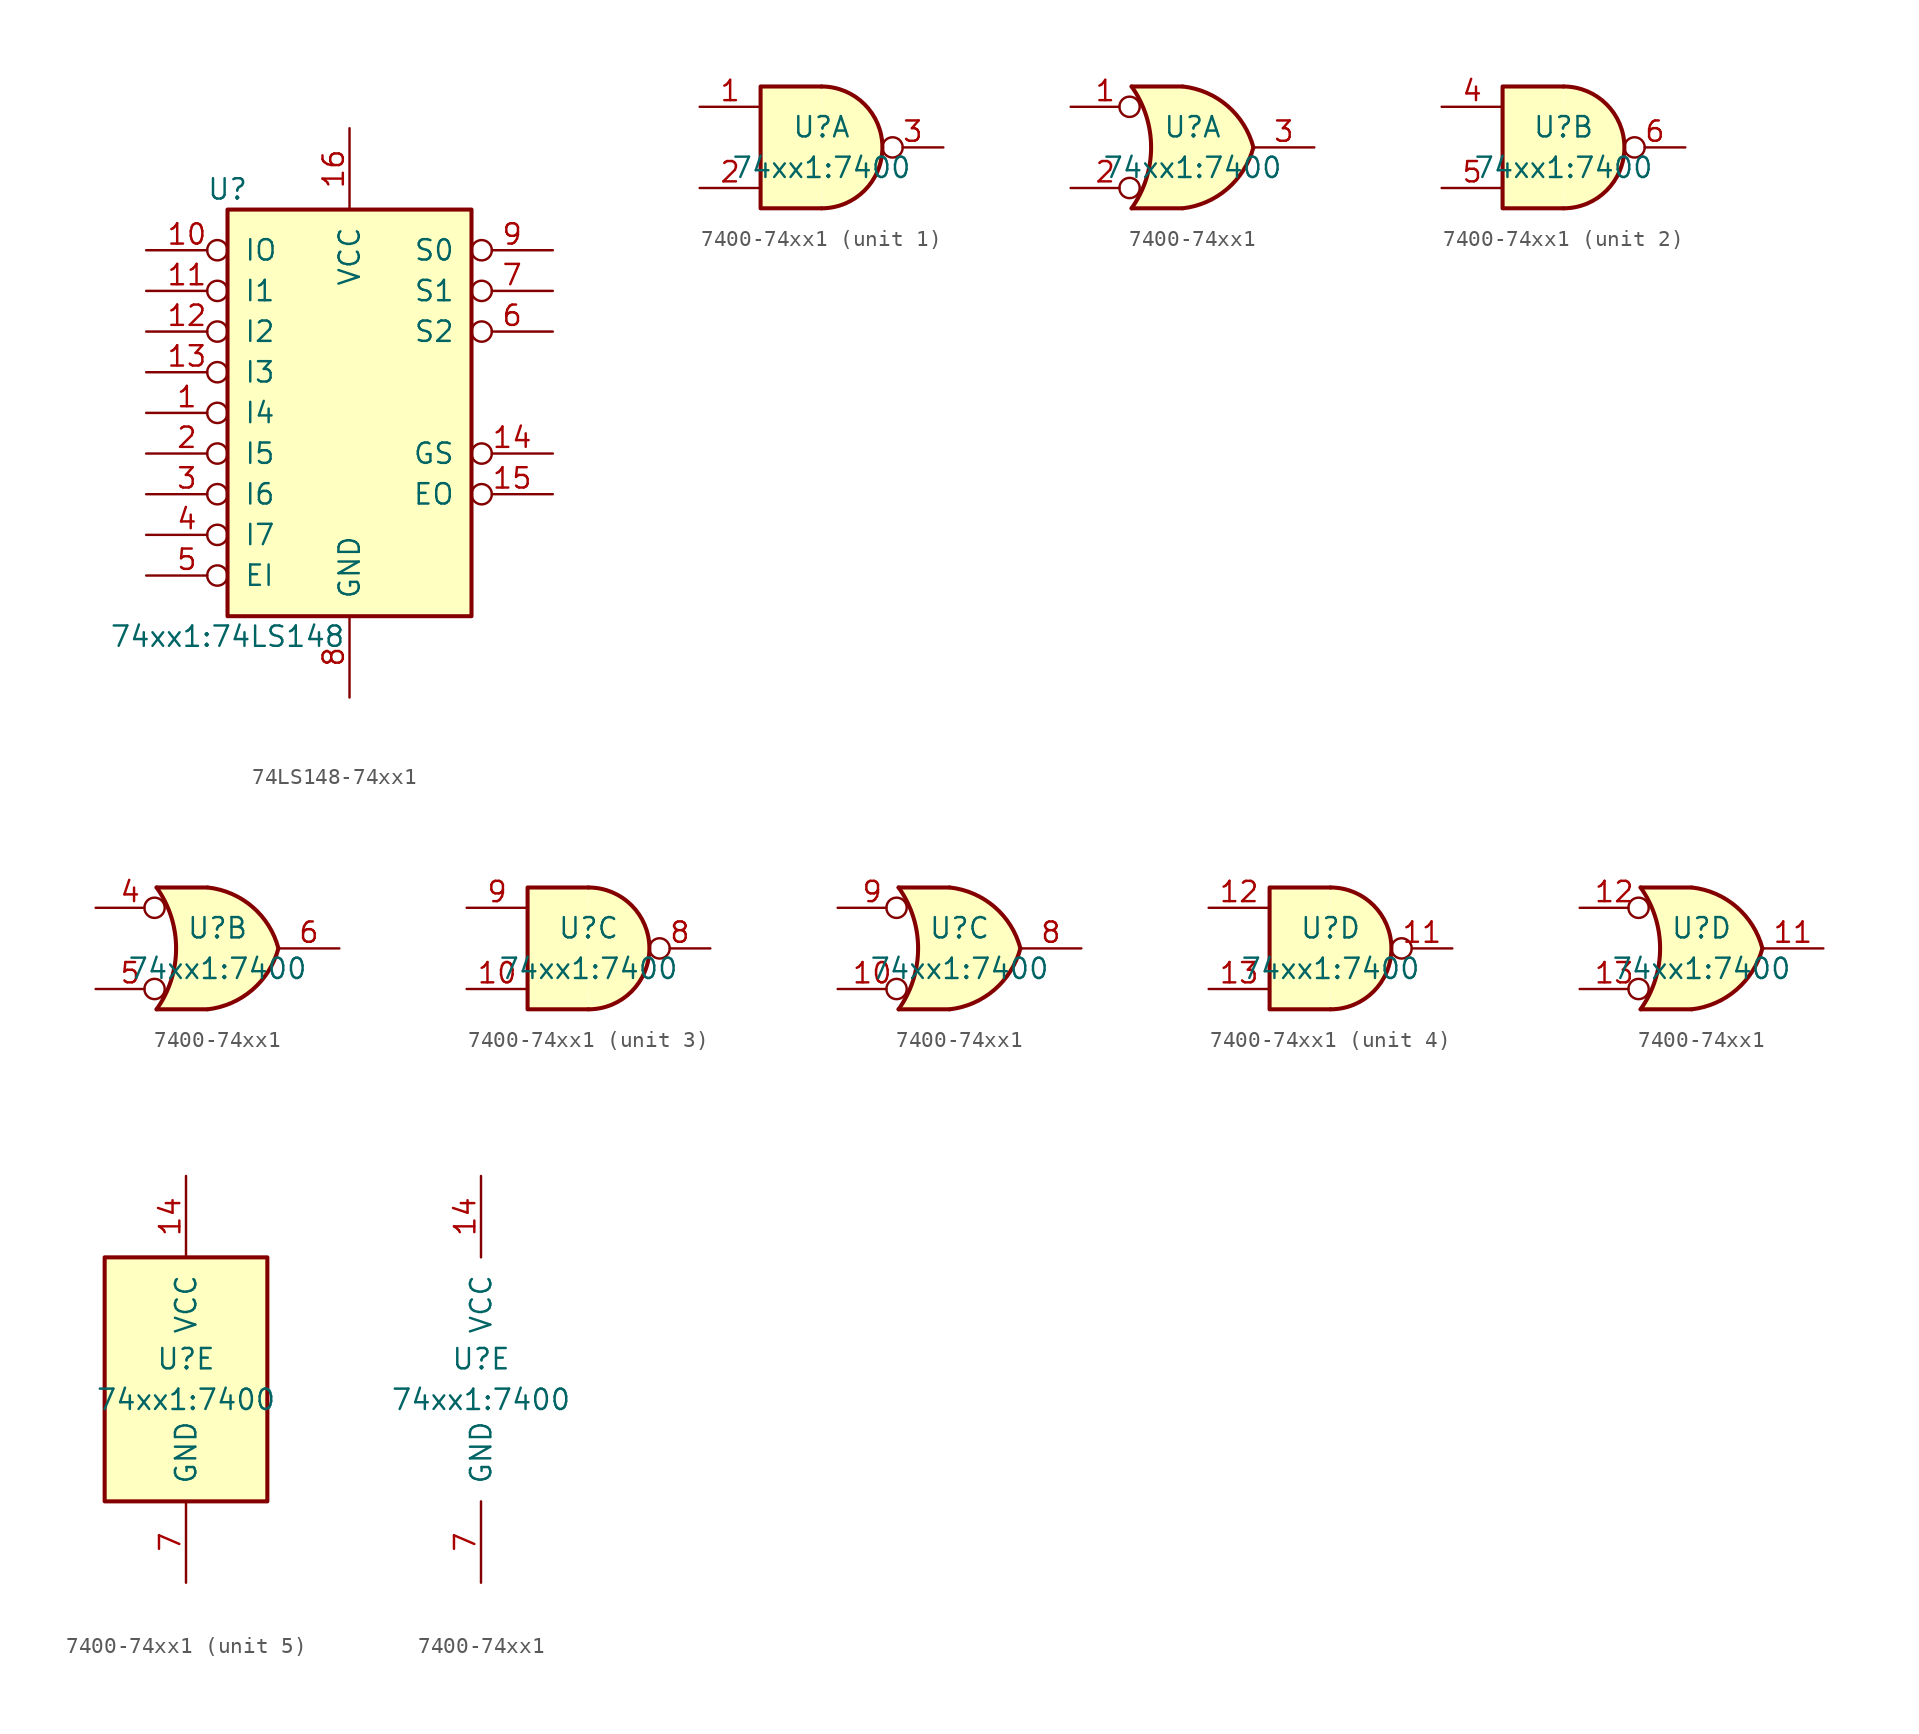
<source format=kicad_sym>
(kicad_symbol_lib
  (version 20220914)
  (generator kicad_symbol_editor)
  (symbol "74LS148-74xx1"
    (pin_names
      (offset 1.016))
    (property "Reference" "U"
      (at -7.62 13.97 0)
      (effects (font (size 1.27 1.27))))
    (property "Value" "74xx1:74LS148"
      (at -7.62 -13.97 0)
      (effects (font (size 1.27 1.27))))
    (property "ki_locked" ""
      (at 0 0 0)
      (effects (font (size 1.27 1.27))))
    (symbol "74LS148-74xx1_1_0"
      (pin input inverted (at -12.7 0 0) (length 5.08) (name "I4" (effects (font (size 1.27 1.27)))) (number "1" (effects (font (size 1.27 1.27)))))
      (pin input inverted (at -12.7 10.16 0) (length 5.08) (name "IO" (effects (font (size 1.27 1.27)))) (number "10" (effects (font (size 1.27 1.27)))))
      (pin input inverted (at -12.7 7.62 0) (length 5.08) (name "I1" (effects (font (size 1.27 1.27)))) (number "11" (effects (font (size 1.27 1.27)))))
      (pin input inverted (at -12.7 5.08 0) (length 5.08) (name "I2" (effects (font (size 1.27 1.27)))) (number "12" (effects (font (size 1.27 1.27)))))
      (pin input inverted (at -12.7 2.54 0) (length 5.08) (name "I3" (effects (font (size 1.27 1.27)))) (number "13" (effects (font (size 1.27 1.27)))))
      (pin output inverted (at 12.7 -2.54 180) (length 5.08) (name "GS" (effects (font (size 1.27 1.27)))) (number "14" (effects (font (size 1.27 1.27)))))
      (pin output inverted (at 12.7 -5.08 180) (length 5.08) (name "EO" (effects (font (size 1.27 1.27)))) (number "15" (effects (font (size 1.27 1.27)))))
      (pin power_in line (at 0 17.78 270) (length 5.08) (name "VCC" (effects (font (size 1.27 1.27)))) (number "16" (effects (font (size 1.27 1.27)))))
      (pin input inverted (at -12.7 -2.54 0) (length 5.08) (name "I5" (effects (font (size 1.27 1.27)))) (number "2" (effects (font (size 1.27 1.27)))))
      (pin input inverted (at -12.7 -5.08 0) (length 5.08) (name "I6" (effects (font (size 1.27 1.27)))) (number "3" (effects (font (size 1.27 1.27)))))
      (pin input inverted (at -12.7 -7.62 0) (length 5.08) (name "I7" (effects (font (size 1.27 1.27)))) (number "4" (effects (font (size 1.27 1.27)))))
      (pin input inverted (at -12.7 -10.16 0) (length 5.08) (name "EI" (effects (font (size 1.27 1.27)))) (number "5" (effects (font (size 1.27 1.27)))))
      (pin output inverted (at 12.7 5.08 180) (length 5.08) (name "S2" (effects (font (size 1.27 1.27)))) (number "6" (effects (font (size 1.27 1.27)))))
      (pin output inverted (at 12.7 7.62 180) (length 5.08) (name "S1" (effects (font (size 1.27 1.27)))) (number "7" (effects (font (size 1.27 1.27)))))
      (pin power_in line (at 0 -17.78 90) (length 5.08) (name "GND" (effects (font (size 1.27 1.27)))) (number "8" (effects (font (size 1.27 1.27)))))
      (pin output inverted (at 12.7 10.16 180) (length 5.08) (name "S0" (effects (font (size 1.27 1.27)))) (number "9" (effects (font (size 1.27 1.27))))))
    (symbol "74LS148-74xx1_1_1"
      (rectangle (start -7.62 12.7) (end 7.62 -12.7) (stroke (width 0.254) (type solid)) (fill (type background)))))
  (symbol "7400-74xx1"
    (pin_names
      (offset 1.016))
    (property "Reference" "U"
      (at 0 1.27 0)
      (effects (font (size 1.27 1.27))))
    (property "Value" "74xx1:7400"
      (at 0 -1.27 0)
      (effects (font (size 1.27 1.27))))
    (property "ki_locked" ""
      (at 0 0 0)
      (effects (font (size 1.27 1.27))))
    (symbol "7400-74xx1_1_1"
      (arc (start 0 -3.81) (mid 3.81 0) (end 0 3.81) (stroke (width 0.254) (type solid)) (fill (type background)))
      (polyline (pts (xy 0 3.81) (xy -3.81 3.81) (xy -3.81 -3.81) (xy 0 -3.81)) (stroke (width 0.254) (type solid)) (fill (type background)))
      (pin input line (at -7.62 2.54 0) (length 3.81) (name "~" (effects (font (size 1.27 1.27)))) (number "1" (effects (font (size 1.27 1.27)))))
      (pin input line (at -7.62 -2.54 0) (length 3.81) (name "~" (effects (font (size 1.27 1.27)))) (number "2" (effects (font (size 1.27 1.27)))))
      (pin output inverted (at 7.62 0 180) (length 3.81) (name "~" (effects (font (size 1.27 1.27)))) (number "3" (effects (font (size 1.27 1.27))))))
    (symbol "7400-74xx1_1_2"
      (arc (start -3.81 -3.81) (mid -2.589 0) (end -3.81 3.81) (stroke (width 0.254) (type solid)) (fill (type none)))
      (arc (start -0.6096 -3.81) (mid 2.1842 -2.5851) (end 3.81 0) (stroke (width 0.254) (type solid)) (fill (type background)))
      (polyline (pts (xy -3.81 -3.81) (xy -0.635 -3.81)) (stroke (width 0.254) (type solid)) (fill (type background)))
      (polyline (pts (xy -3.81 3.81) (xy -0.635 3.81)) (stroke (width 0.254) (type solid)) (fill (type background)))
      (polyline (pts (xy -0.635 3.81) (xy -3.81 3.81) (xy -3.81 3.81) (xy -3.556 3.404) (xy -3.023 2.261) (xy -2.692 1.041) (xy -2.616 -0.254) (xy -2.769 -1.499) (xy -3.175 -2.718) (xy -3.81 -3.81) (xy -3.81 -3.81) (xy -0.635 -3.81)) (stroke (width -25.4) (type solid)) (fill (type background)))
      (arc (start 3.81 0) (mid 2.1915 2.5936) (end -0.6096 3.81) (stroke (width 0.254) (type solid)) (fill (type background)))
      (pin input inverted (at -7.62 2.54 0) (length 4.318) (name "~" (effects (font (size 1.27 1.27)))) (number "1" (effects (font (size 1.27 1.27)))))
      (pin input inverted (at -7.62 -2.54 0) (length 4.318) (name "~" (effects (font (size 1.27 1.27)))) (number "2" (effects (font (size 1.27 1.27)))))
      (pin output line (at 7.62 0 180) (length 3.81) (name "~" (effects (font (size 1.27 1.27)))) (number "3" (effects (font (size 1.27 1.27))))))
    (symbol "7400-74xx1_2_1"
      (arc (start 0 -3.81) (mid 3.81 0) (end 0 3.81) (stroke (width 0.254) (type solid)) (fill (type background)))
      (polyline (pts (xy 0 3.81) (xy -3.81 3.81) (xy -3.81 -3.81) (xy 0 -3.81)) (stroke (width 0.254) (type solid)) (fill (type background)))
      (pin input line (at -7.62 2.54 0) (length 3.81) (name "~" (effects (font (size 1.27 1.27)))) (number "4" (effects (font (size 1.27 1.27)))))
      (pin input line (at -7.62 -2.54 0) (length 3.81) (name "~" (effects (font (size 1.27 1.27)))) (number "5" (effects (font (size 1.27 1.27)))))
      (pin output inverted (at 7.62 0 180) (length 3.81) (name "~" (effects (font (size 1.27 1.27)))) (number "6" (effects (font (size 1.27 1.27))))))
    (symbol "7400-74xx1_2_2"
      (arc (start -3.81 -3.81) (mid -2.589 0) (end -3.81 3.81) (stroke (width 0.254) (type solid)) (fill (type none)))
      (arc (start -0.6096 -3.81) (mid 2.1842 -2.5851) (end 3.81 0) (stroke (width 0.254) (type solid)) (fill (type background)))
      (polyline (pts (xy -3.81 -3.81) (xy -0.635 -3.81)) (stroke (width 0.254) (type solid)) (fill (type background)))
      (polyline (pts (xy -3.81 3.81) (xy -0.635 3.81)) (stroke (width 0.254) (type solid)) (fill (type background)))
      (polyline (pts (xy -0.635 3.81) (xy -3.81 3.81) (xy -3.81 3.81) (xy -3.556 3.404) (xy -3.023 2.261) (xy -2.692 1.041) (xy -2.616 -0.254) (xy -2.769 -1.499) (xy -3.175 -2.718) (xy -3.81 -3.81) (xy -3.81 -3.81) (xy -0.635 -3.81)) (stroke (width -25.4) (type solid)) (fill (type background)))
      (arc (start 3.81 0) (mid 2.1915 2.5936) (end -0.6096 3.81) (stroke (width 0.254) (type solid)) (fill (type background)))
      (pin input inverted (at -7.62 2.54 0) (length 4.318) (name "~" (effects (font (size 1.27 1.27)))) (number "4" (effects (font (size 1.27 1.27)))))
      (pin input inverted (at -7.62 -2.54 0) (length 4.318) (name "~" (effects (font (size 1.27 1.27)))) (number "5" (effects (font (size 1.27 1.27)))))
      (pin output line (at 7.62 0 180) (length 3.81) (name "~" (effects (font (size 1.27 1.27)))) (number "6" (effects (font (size 1.27 1.27))))))
    (symbol "7400-74xx1_3_1"
      (arc (start 0 -3.81) (mid 3.81 0) (end 0 3.81) (stroke (width 0.254) (type solid)) (fill (type background)))
      (polyline (pts (xy 0 3.81) (xy -3.81 3.81) (xy -3.81 -3.81) (xy 0 -3.81)) (stroke (width 0.254) (type solid)) (fill (type background)))
      (pin input line (at -7.62 -2.54 0) (length 3.81) (name "~" (effects (font (size 1.27 1.27)))) (number "10" (effects (font (size 1.27 1.27)))))
      (pin output inverted (at 7.62 0 180) (length 3.81) (name "~" (effects (font (size 1.27 1.27)))) (number "8" (effects (font (size 1.27 1.27)))))
      (pin input line (at -7.62 2.54 0) (length 3.81) (name "~" (effects (font (size 1.27 1.27)))) (number "9" (effects (font (size 1.27 1.27))))))
    (symbol "7400-74xx1_3_2"
      (arc (start -3.81 -3.81) (mid -2.589 0) (end -3.81 3.81) (stroke (width 0.254) (type solid)) (fill (type none)))
      (arc (start -0.6096 -3.81) (mid 2.1842 -2.5851) (end 3.81 0) (stroke (width 0.254) (type solid)) (fill (type background)))
      (polyline (pts (xy -3.81 -3.81) (xy -0.635 -3.81)) (stroke (width 0.254) (type solid)) (fill (type background)))
      (polyline (pts (xy -3.81 3.81) (xy -0.635 3.81)) (stroke (width 0.254) (type solid)) (fill (type background)))
      (polyline (pts (xy -0.635 3.81) (xy -3.81 3.81) (xy -3.81 3.81) (xy -3.556 3.404) (xy -3.023 2.261) (xy -2.692 1.041) (xy -2.616 -0.254) (xy -2.769 -1.499) (xy -3.175 -2.718) (xy -3.81 -3.81) (xy -3.81 -3.81) (xy -0.635 -3.81)) (stroke (width -25.4) (type solid)) (fill (type background)))
      (arc (start 3.81 0) (mid 2.1915 2.5936) (end -0.6096 3.81) (stroke (width 0.254) (type solid)) (fill (type background)))
      (pin input inverted (at -7.62 -2.54 0) (length 4.318) (name "~" (effects (font (size 1.27 1.27)))) (number "10" (effects (font (size 1.27 1.27)))))
      (pin output line (at 7.62 0 180) (length 3.81) (name "~" (effects (font (size 1.27 1.27)))) (number "8" (effects (font (size 1.27 1.27)))))
      (pin input inverted (at -7.62 2.54 0) (length 4.318) (name "~" (effects (font (size 1.27 1.27)))) (number "9" (effects (font (size 1.27 1.27))))))
    (symbol "7400-74xx1_4_1"
      (arc (start 0 -3.81) (mid 3.81 0) (end 0 3.81) (stroke (width 0.254) (type solid)) (fill (type background)))
      (polyline (pts (xy 0 3.81) (xy -3.81 3.81) (xy -3.81 -3.81) (xy 0 -3.81)) (stroke (width 0.254) (type solid)) (fill (type background)))
      (pin output inverted (at 7.62 0 180) (length 3.81) (name "~" (effects (font (size 1.27 1.27)))) (number "11" (effects (font (size 1.27 1.27)))))
      (pin input line (at -7.62 2.54 0) (length 3.81) (name "~" (effects (font (size 1.27 1.27)))) (number "12" (effects (font (size 1.27 1.27)))))
      (pin input line (at -7.62 -2.54 0) (length 3.81) (name "~" (effects (font (size 1.27 1.27)))) (number "13" (effects (font (size 1.27 1.27))))))
    (symbol "7400-74xx1_4_2"
      (arc (start -3.81 -3.81) (mid -2.589 0) (end -3.81 3.81) (stroke (width 0.254) (type solid)) (fill (type none)))
      (arc (start -0.6096 -3.81) (mid 2.1842 -2.5851) (end 3.81 0) (stroke (width 0.254) (type solid)) (fill (type background)))
      (polyline (pts (xy -3.81 -3.81) (xy -0.635 -3.81)) (stroke (width 0.254) (type solid)) (fill (type background)))
      (polyline (pts (xy -3.81 3.81) (xy -0.635 3.81)) (stroke (width 0.254) (type solid)) (fill (type background)))
      (polyline (pts (xy -0.635 3.81) (xy -3.81 3.81) (xy -3.81 3.81) (xy -3.556 3.404) (xy -3.023 2.261) (xy -2.692 1.041) (xy -2.616 -0.254) (xy -2.769 -1.499) (xy -3.175 -2.718) (xy -3.81 -3.81) (xy -3.81 -3.81) (xy -0.635 -3.81)) (stroke (width -25.4) (type solid)) (fill (type background)))
      (arc (start 3.81 0) (mid 2.1915 2.5936) (end -0.6096 3.81) (stroke (width 0.254) (type solid)) (fill (type background)))
      (pin output line (at 7.62 0 180) (length 3.81) (name "~" (effects (font (size 1.27 1.27)))) (number "11" (effects (font (size 1.27 1.27)))))
      (pin input inverted (at -7.62 2.54 0) (length 4.318) (name "~" (effects (font (size 1.27 1.27)))) (number "12" (effects (font (size 1.27 1.27)))))
      (pin input inverted (at -7.62 -2.54 0) (length 4.318) (name "~" (effects (font (size 1.27 1.27)))) (number "13" (effects (font (size 1.27 1.27))))))
    (symbol "7400-74xx1_5_0"
      (pin power_in line (at 0 12.7 270) (length 5.08) (name "VCC" (effects (font (size 1.27 1.27)))) (number "14" (effects (font (size 1.27 1.27)))))
      (pin power_in line (at 0 -12.7 90) (length 5.08) (name "GND" (effects (font (size 1.27 1.27)))) (number "7" (effects (font (size 1.27 1.27))))))
    (symbol "7400-74xx1_5_1"
      (rectangle (start -5.08 7.62) (end 5.08 -7.62) (stroke (width 0.254) (type solid)) (fill (type background))))))
</source>
